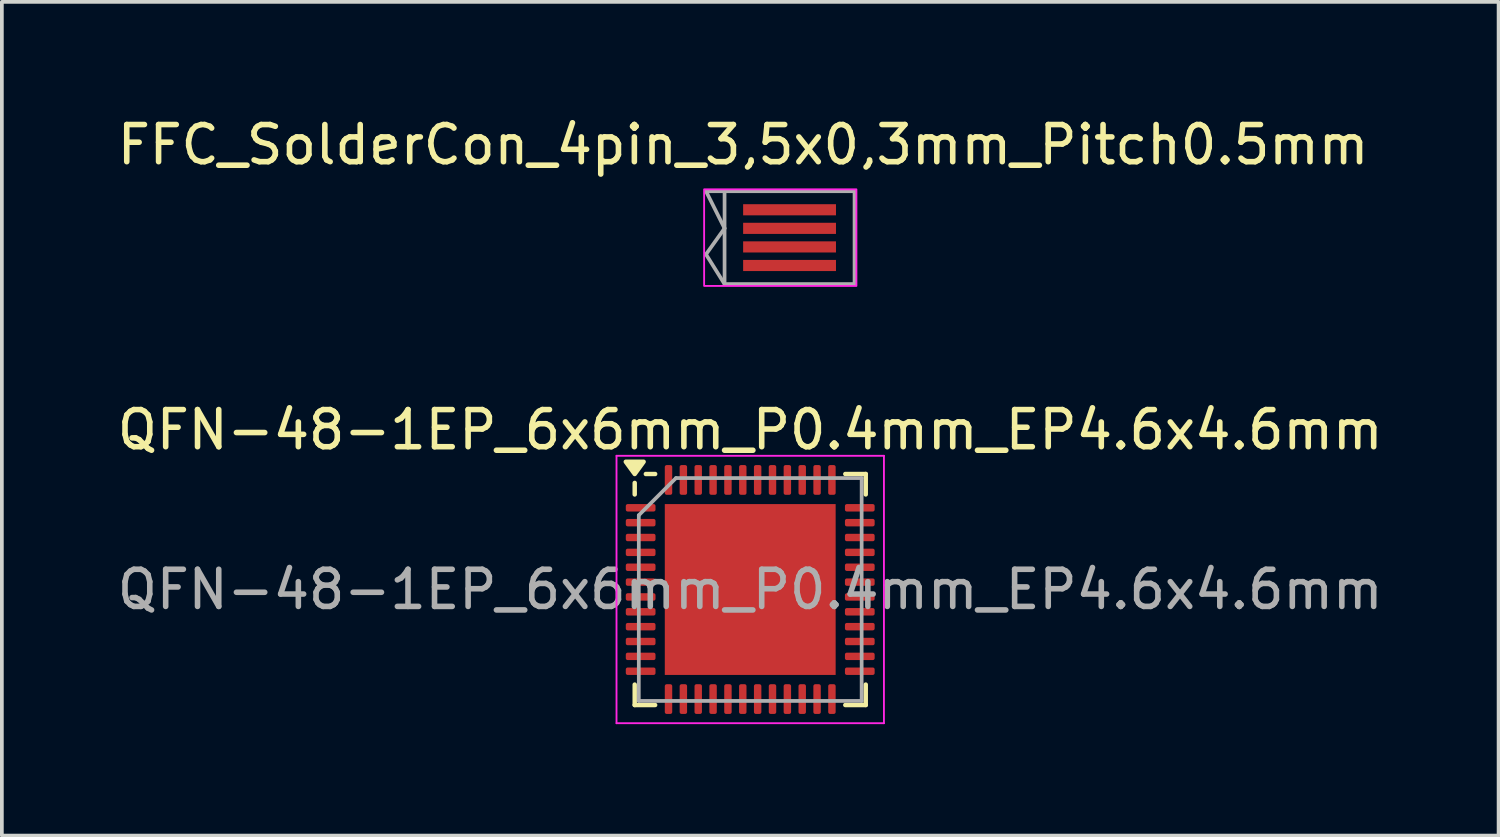
<source format=kicad_pcb>
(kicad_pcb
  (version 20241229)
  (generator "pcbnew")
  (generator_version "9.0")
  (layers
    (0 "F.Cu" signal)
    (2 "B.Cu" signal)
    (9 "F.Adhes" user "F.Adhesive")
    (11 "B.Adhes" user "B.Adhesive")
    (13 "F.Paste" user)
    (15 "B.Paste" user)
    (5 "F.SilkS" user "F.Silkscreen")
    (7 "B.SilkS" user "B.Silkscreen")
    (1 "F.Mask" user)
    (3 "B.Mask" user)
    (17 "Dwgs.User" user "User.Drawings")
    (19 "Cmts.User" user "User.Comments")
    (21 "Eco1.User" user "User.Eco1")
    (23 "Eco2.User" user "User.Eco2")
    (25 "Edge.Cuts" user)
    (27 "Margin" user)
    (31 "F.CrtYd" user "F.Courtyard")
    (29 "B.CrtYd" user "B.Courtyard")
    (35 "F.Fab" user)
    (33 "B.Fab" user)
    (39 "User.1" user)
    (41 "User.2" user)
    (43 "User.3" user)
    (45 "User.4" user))
  (footprint "QFN-48-1EP_6x6mm_P0.4mm_EP4.6x4.6mm"
    (layer "F.Cu")
    (at 17.149 12.822)
    (property "Reference" "QFN-48-1EP_6x6mm_P0.4mm_EP4.6x4.6mm" (at 0 -4.3 0) (unlocked yes) (layer "F.SilkS") (effects (font (size 1 1) (thickness 0.15))))
    (attr smd)
    (fp_line (start -3.11 -2.56) (end -3.11 -2.87) (stroke (width 0.12) (type solid)) (layer "F.SilkS"))
    (fp_line (start -3.11 3.11) (end -3.11 2.56) (stroke (width 0.12) (type solid)) (layer "F.SilkS"))
    (fp_line (start -2.56 -3.11) (end -2.81 -3.11) (stroke (width 0.12) (type solid)) (layer "F.SilkS"))
    (fp_line (start -2.56 3.11) (end -3.11 3.11) (stroke (width 0.12) (type solid)) (layer "F.SilkS"))
    (fp_line (start 2.56 -3.11) (end 3.11 -3.11) (stroke (width 0.12) (type solid)) (layer "F.SilkS"))
    (fp_line (start 2.56 3.11) (end 3.11 3.11) (stroke (width 0.12) (type solid)) (layer "F.SilkS"))
    (fp_line (start 3.11 -3.11) (end 3.11 -2.56) (stroke (width 0.12) (type solid)) (layer "F.SilkS"))
    (fp_line (start 3.11 3.11) (end 3.11 2.56) (stroke (width 0.12) (type solid)) (layer "F.SilkS"))
    (fp_poly (pts (xy -3.11 -3.11) (xy -3.35 -3.44) (xy -2.87 -3.44) (xy -3.11 -3.11)) (stroke (width 0.12) (type solid)) (fill yes) (layer "F.SilkS"))
    (fp_line (start -3.6 -3.6) (end -3.6 3.6) (stroke (width 0.05) (type solid)) (layer "F.CrtYd"))
    (fp_line (start -3.6 3.6) (end 3.6 3.6) (stroke (width 0.05) (type solid)) (layer "F.CrtYd"))
    (fp_line (start 3.6 -3.6) (end -3.6 -3.6) (stroke (width 0.05) (type solid)) (layer "F.CrtYd"))
    (fp_line (start 3.6 3.6) (end 3.6 -3.6) (stroke (width 0.05) (type solid)) (layer "F.CrtYd"))
    (fp_line (start -3 -2) (end -2 -3) (stroke (width 0.1) (type solid)) (layer "F.Fab"))
    (fp_line (start -3 3) (end -3 -2) (stroke (width 0.1) (type solid)) (layer "F.Fab"))
    (fp_line (start -2 -3) (end 3 -3) (stroke (width 0.1) (type solid)) (layer "F.Fab"))
    (fp_line (start 3 -3) (end 3 3) (stroke (width 0.1) (type solid)) (layer "F.Fab"))
    (fp_line (start 3 3) (end -3 3) (stroke (width 0.1) (type solid)) (layer "F.Fab"))
    (fp_text user "${REFERENCE}" (at 0 0 0) (layer "F.Fab") (effects (font (size 1 1) (thickness 0.15))))
    (pad "" smd roundrect (at -1.53 -1.53) (size 1.24 1.24) (layers "F.Paste") (roundrect_rratio 0.202))
    (pad "" smd roundrect (at -1.53 0) (size 1.24 1.24) (layers "F.Paste") (roundrect_rratio 0.202))
    (pad "" smd roundrect (at -1.53 1.53) (size 1.24 1.24) (layers "F.Paste") (roundrect_rratio 0.202))
    (pad "" smd roundrect (at 0 -1.53) (size 1.24 1.24) (layers "F.Paste") (roundrect_rratio 0.202))
    (pad "" smd roundrect (at 0 0) (size 1.24 1.24) (layers "F.Paste") (roundrect_rratio 0.202))
    (pad "" smd roundrect (at 0 1.53) (size 1.24 1.24) (layers "F.Paste") (roundrect_rratio 0.202))
    (pad "" smd roundrect (at 1.53 -1.53) (size 1.24 1.24) (layers "F.Paste") (roundrect_rratio 0.202))
    (pad "" smd roundrect (at 1.53 0) (size 1.24 1.24) (layers "F.Paste") (roundrect_rratio 0.202))
    (pad "" smd roundrect (at 1.53 1.53) (size 1.24 1.24) (layers "F.Paste") (roundrect_rratio 0.202))
    (pad "1" smd roundrect (at -2.95 -2.2) (size 0.8 0.2) (layers "F.Cu" "F.Mask" "F.Paste") (roundrect_rratio 0.25))
    (pad "2" smd roundrect (at -2.95 -1.8) (size 0.8 0.2) (layers "F.Cu" "F.Mask" "F.Paste") (roundrect_rratio 0.25))
    (pad "3" smd roundrect (at -2.95 -1.4) (size 0.8 0.2) (layers "F.Cu" "F.Mask" "F.Paste") (roundrect_rratio 0.25))
    (pad "4" smd roundrect (at -2.95 -1) (size 0.8 0.2) (layers "F.Cu" "F.Mask" "F.Paste") (roundrect_rratio 0.25))
    (pad "5" smd roundrect (at -2.95 -0.6) (size 0.8 0.2) (layers "F.Cu" "F.Mask" "F.Paste") (roundrect_rratio 0.25))
    (pad "6" smd roundrect (at -2.95 -0.2) (size 0.8 0.2) (layers "F.Cu" "F.Mask" "F.Paste") (roundrect_rratio 0.25))
    (pad "7" smd roundrect (at -2.95 0.2) (size 0.8 0.2) (layers "F.Cu" "F.Mask" "F.Paste") (roundrect_rratio 0.25))
    (pad "8" smd roundrect (at -2.95 0.6) (size 0.8 0.2) (layers "F.Cu" "F.Mask" "F.Paste") (roundrect_rratio 0.25))
    (pad "9" smd roundrect (at -2.95 1) (size 0.8 0.2) (layers "F.Cu" "F.Mask" "F.Paste") (roundrect_rratio 0.25))
    (pad "10" smd roundrect (at -2.95 1.4) (size 0.8 0.2) (layers "F.Cu" "F.Mask" "F.Paste") (roundrect_rratio 0.25))
    (pad "11" smd roundrect (at -2.95 1.8) (size 0.8 0.2) (layers "F.Cu" "F.Mask" "F.Paste") (roundrect_rratio 0.25))
    (pad "12" smd roundrect (at -2.95 2.2) (size 0.8 0.2) (layers "F.Cu" "F.Mask" "F.Paste") (roundrect_rratio 0.25))
    (pad "13" smd roundrect (at -2.2 2.95) (size 0.2 0.8) (layers "F.Cu" "F.Mask" "F.Paste") (roundrect_rratio 0.25))
    (pad "14" smd roundrect (at -1.8 2.95) (size 0.2 0.8) (layers "F.Cu" "F.Mask" "F.Paste") (roundrect_rratio 0.25))
    (pad "15" smd roundrect (at -1.4 2.95) (size 0.2 0.8) (layers "F.Cu" "F.Mask" "F.Paste") (roundrect_rratio 0.25))
    (pad "16" smd roundrect (at -1 2.95) (size 0.2 0.8) (layers "F.Cu" "F.Mask" "F.Paste") (roundrect_rratio 0.25))
    (pad "17" smd roundrect (at -0.6 2.95) (size 0.2 0.8) (layers "F.Cu" "F.Mask" "F.Paste") (roundrect_rratio 0.25))
    (pad "18" smd roundrect (at -0.2 2.95) (size 0.2 0.8) (layers "F.Cu" "F.Mask" "F.Paste") (roundrect_rratio 0.25))
    (pad "19" smd roundrect (at 0.2 2.95) (size 0.2 0.8) (layers "F.Cu" "F.Mask" "F.Paste") (roundrect_rratio 0.25))
    (pad "20" smd roundrect (at 0.6 2.95) (size 0.2 0.8) (layers "F.Cu" "F.Mask" "F.Paste") (roundrect_rratio 0.25))
    (pad "21" smd roundrect (at 1 2.95) (size 0.2 0.8) (layers "F.Cu" "F.Mask" "F.Paste") (roundrect_rratio 0.25))
    (pad "22" smd roundrect (at 1.4 2.95) (size 0.2 0.8) (layers "F.Cu" "F.Mask" "F.Paste") (roundrect_rratio 0.25))
    (pad "23" smd roundrect (at 1.8 2.95) (size 0.2 0.8) (layers "F.Cu" "F.Mask" "F.Paste") (roundrect_rratio 0.25))
    (pad "24" smd roundrect (at 2.2 2.95) (size 0.2 0.8) (layers "F.Cu" "F.Mask" "F.Paste") (roundrect_rratio 0.25))
    (pad "25" smd roundrect (at 2.95 2.2) (size 0.8 0.2) (layers "F.Cu" "F.Mask" "F.Paste") (roundrect_rratio 0.25))
    (pad "26" smd roundrect (at 2.95 1.8) (size 0.8 0.2) (layers "F.Cu" "F.Mask" "F.Paste") (roundrect_rratio 0.25))
    (pad "27" smd roundrect (at 2.95 1.4) (size 0.8 0.2) (layers "F.Cu" "F.Mask" "F.Paste") (roundrect_rratio 0.25))
    (pad "28" smd roundrect (at 2.95 1) (size 0.8 0.2) (layers "F.Cu" "F.Mask" "F.Paste") (roundrect_rratio 0.25))
    (pad "29" smd roundrect (at 2.95 0.6) (size 0.8 0.2) (layers "F.Cu" "F.Mask" "F.Paste") (roundrect_rratio 0.25))
    (pad "30" smd roundrect (at 2.95 0.2) (size 0.8 0.2) (layers "F.Cu" "F.Mask" "F.Paste") (roundrect_rratio 0.25))
    (pad "31" smd roundrect (at 2.95 -0.2) (size 0.8 0.2) (layers "F.Cu" "F.Mask" "F.Paste") (roundrect_rratio 0.25))
    (pad "32" smd roundrect (at 2.95 -0.6) (size 0.8 0.2) (layers "F.Cu" "F.Mask" "F.Paste") (roundrect_rratio 0.25))
    (pad "33" smd roundrect (at 2.95 -1) (size 0.8 0.2) (layers "F.Cu" "F.Mask" "F.Paste") (roundrect_rratio 0.25))
    (pad "34" smd roundrect (at 2.95 -1.4) (size 0.8 0.2) (layers "F.Cu" "F.Mask" "F.Paste") (roundrect_rratio 0.25))
    (pad "35" smd roundrect (at 2.95 -1.8) (size 0.8 0.2) (layers "F.Cu" "F.Mask" "F.Paste") (roundrect_rratio 0.25))
    (pad "36" smd roundrect (at 2.95 -2.2) (size 0.8 0.2) (layers "F.Cu" "F.Mask" "F.Paste") (roundrect_rratio 0.25))
    (pad "37" smd roundrect (at 2.2 -2.95) (size 0.2 0.8) (layers "F.Cu" "F.Mask" "F.Paste") (roundrect_rratio 0.25))
    (pad "38" smd roundrect (at 1.8 -2.95) (size 0.2 0.8) (layers "F.Cu" "F.Mask" "F.Paste") (roundrect_rratio 0.25))
    (pad "39" smd roundrect (at 1.4 -2.95) (size 0.2 0.8) (layers "F.Cu" "F.Mask" "F.Paste") (roundrect_rratio 0.25))
    (pad "40" smd roundrect (at 1 -2.95) (size 0.2 0.8) (layers "F.Cu" "F.Mask" "F.Paste") (roundrect_rratio 0.25))
    (pad "41" smd roundrect (at 0.6 -2.95) (size 0.2 0.8) (layers "F.Cu" "F.Mask" "F.Paste") (roundrect_rratio 0.25))
    (pad "42" smd roundrect (at 0.2 -2.95) (size 0.2 0.8) (layers "F.Cu" "F.Mask" "F.Paste") (roundrect_rratio 0.25))
    (pad "43" smd roundrect (at -0.2 -2.95) (size 0.2 0.8) (layers "F.Cu" "F.Mask" "F.Paste") (roundrect_rratio 0.25))
    (pad "44" smd roundrect (at -0.6 -2.95) (size 0.2 0.8) (layers "F.Cu" "F.Mask" "F.Paste") (roundrect_rratio 0.25))
    (pad "45" smd roundrect (at -1 -2.95) (size 0.2 0.8) (layers "F.Cu" "F.Mask" "F.Paste") (roundrect_rratio 0.25))
    (pad "46" smd roundrect (at -1.4 -2.95) (size 0.2 0.8) (layers "F.Cu" "F.Mask" "F.Paste") (roundrect_rratio 0.25))
    (pad "47" smd roundrect (at -1.8 -2.95) (size 0.2 0.8) (layers "F.Cu" "F.Mask" "F.Paste") (roundrect_rratio 0.25))
    (pad "48" smd roundrect (at -2.2 -2.95) (size 0.2 0.8) (layers "F.Cu" "F.Mask" "F.Paste") (roundrect_rratio 0.25))
    (pad "49" smd rect (at 0 0) (size 4.6 4.6) (property pad_prop_heatsink) (layers "F.Cu" "F.Mask")))
  (footprint "FFC_SolderCon_4pin_3,5x0,3mm_Pitch0.5mm"
    (layer "F.Cu")
    (at 16.958 3.348)
    (property "Reference" "FFC_SolderCon_4pin_3,5x0,3mm_Pitch0.5mm" (at 0 -2.5 0) (unlocked yes) (layer "F.SilkS") (effects (font (size 1 1) (thickness 0.15))))
    (attr smd exclude_from_pos_files)
    (fp_rect (start -1.05 -1.3) (end 3.05 1.3) (stroke (width 0.05) (type default)) (fill no) (layer "F.CrtYd"))
    (fp_line (start -1 -1.25) (end -0.5 -0.25) (stroke (width 0.1) (type default)) (layer "F.Fab"))
    (fp_line (start -1 0.45) (end -0.5 1.25) (stroke (width 0.1) (type default)) (layer "F.Fab"))
    (fp_line (start -0.5 -1.25) (end -1 -1.25) (stroke (width 0.1) (type default)) (layer "F.Fab"))
    (fp_line (start -0.5 -0.25) (end -1 0.45) (stroke (width 0.1) (type default)) (layer "F.Fab"))
    (fp_rect (start 3 -1.25) (end -0.5 1.25) (stroke (width 0.1) (type default)) (fill no) (layer "F.Fab"))
    (pad "1" smd rect (at 1.25 -0.75) (size 2.5 0.3) (layers "F.Cu" "F.Mask"))
    (pad "2" smd rect (at 1.25 -0.25) (size 2.5 0.3) (layers "F.Cu" "F.Mask"))
    (pad "3" smd rect (at 1.25 0.25) (size 2.5 0.3) (layers "F.Cu" "F.Mask"))
    (pad "4" smd rect (at 1.25 0.75) (size 2.5 0.3) (layers "F.Cu" "F.Mask")))
  (gr_rect
    (start -3 -3)
    (end 37.298 19.447)
    (stroke (width 0.1) (type default))
    (fill no)
    (layer "Edge.Cuts")))
</source>
